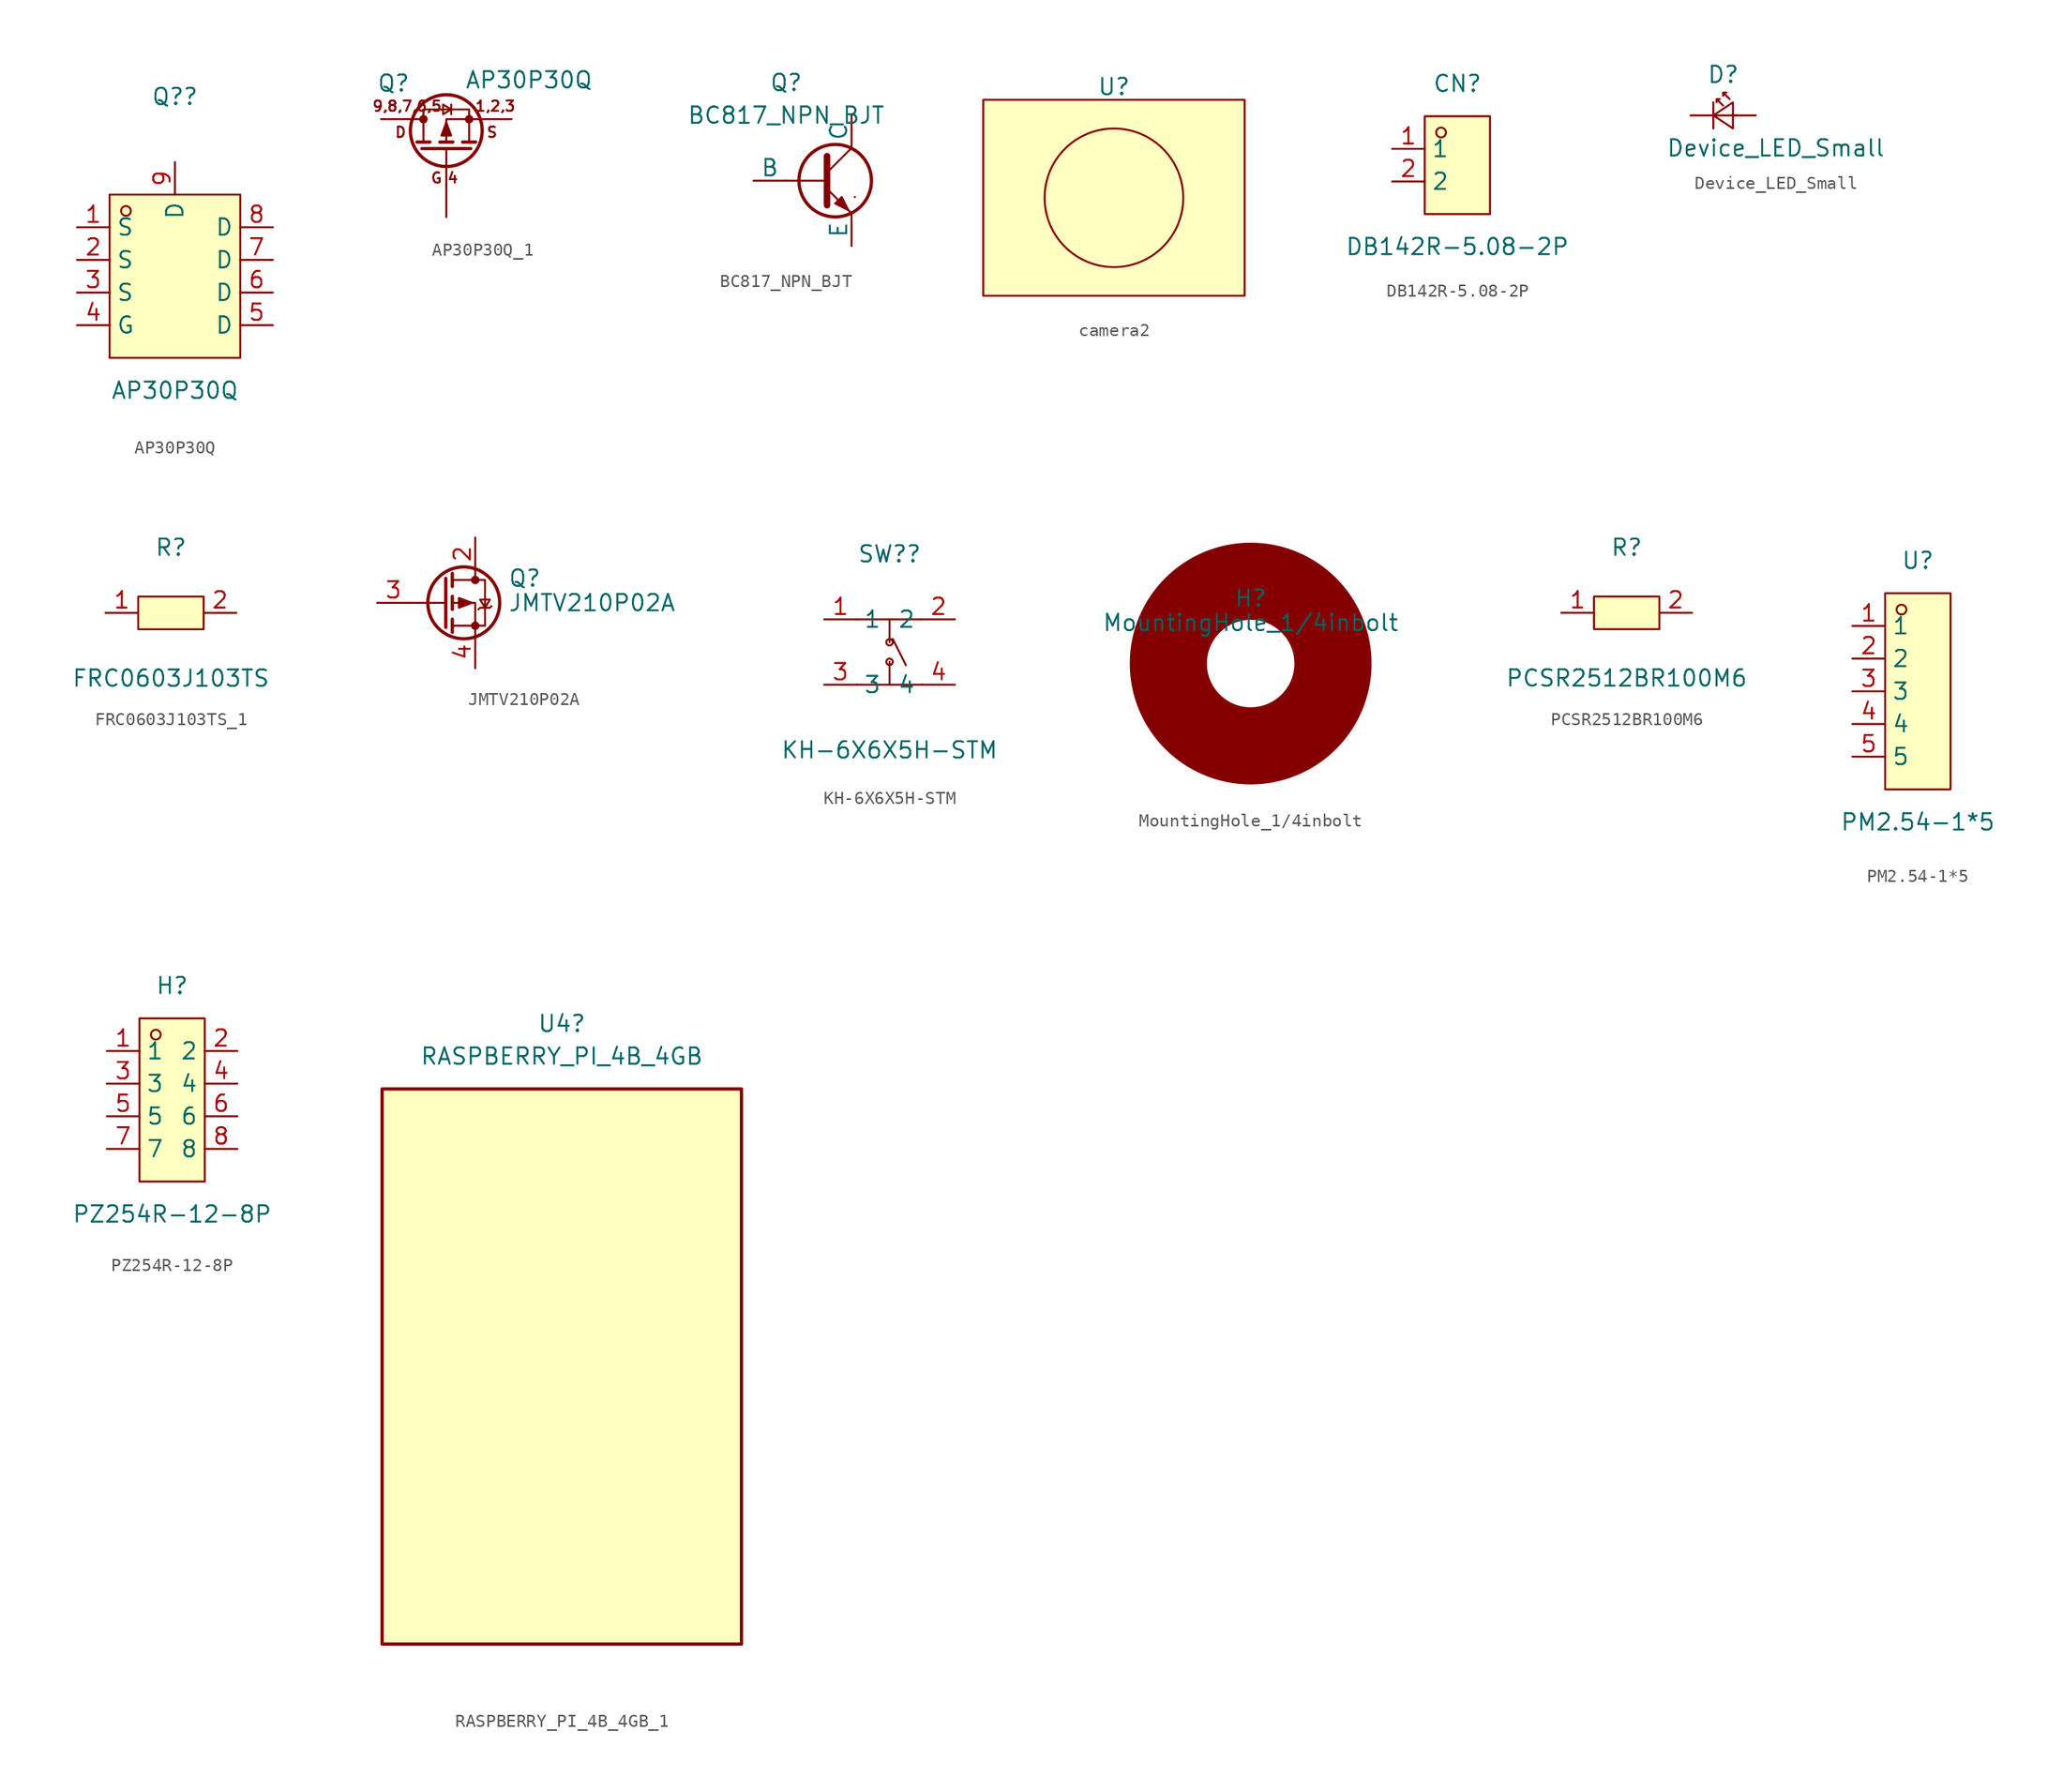
<source format=kicad_sym>
(kicad_symbol_lib
  (version 20241209)
  (generator "kicad_symbol_editor")
  (generator_version "9.0")
  (symbol "AP30P30Q"
    (property "Reference" "Q?"
      (at 0 13.97 0)
      (effects (font (size 1.27 1.27))))
    (property "Value" "AP30P30Q"
      (at 0 -8.89 0)
      (effects (font (size 1.27 1.27))))
    (symbol "AP30P30Q_0_1"
      (rectangle (start -5.08 6.35) (end 5.08 -6.35) (stroke (width 0) (type default)) (fill (type background)))
      (circle (center -3.81 5.08) (radius 0.38) (stroke (width 0) (type default)) (fill (type none)))
      (pin unspecified line (at -7.62 3.81 0) (length 2.54) (name "S" (effects (font (size 1.27 1.27)))) (number "1" (effects (font (size 1.27 1.27)))))
      (pin unspecified line (at -7.62 1.27 0) (length 2.54) (name "S" (effects (font (size 1.27 1.27)))) (number "2" (effects (font (size 1.27 1.27)))))
      (pin unspecified line (at -7.62 -1.27 0) (length 2.54) (name "S" (effects (font (size 1.27 1.27)))) (number "3" (effects (font (size 1.27 1.27)))))
      (pin unspecified line (at -7.62 -3.81 0) (length 2.54) (name "G" (effects (font (size 1.27 1.27)))) (number "4" (effects (font (size 1.27 1.27)))))
      (pin unspecified line (at 0 8.89 270) (length 2.54) (name "D" (effects (font (size 1.27 1.27)))) (number "9" (effects (font (size 1.27 1.27)))))
      (pin unspecified line (at 7.62 3.81 180) (length 2.54) (name "D" (effects (font (size 1.27 1.27)))) (number "8" (effects (font (size 1.27 1.27)))))
      (pin unspecified line (at 7.62 1.27 180) (length 2.54) (name "D" (effects (font (size 1.27 1.27)))) (number "7" (effects (font (size 1.27 1.27)))))
      (pin unspecified line (at 7.62 -1.27 180) (length 2.54) (name "D" (effects (font (size 1.27 1.27)))) (number "6" (effects (font (size 1.27 1.27)))))
      (pin unspecified line (at 7.62 -3.81 180) (length 2.54) (name "D" (effects (font (size 1.27 1.27)))) (number "5" (effects (font (size 1.27 1.27)))))))
  (symbol "AP30P30Q_1"
    (pin_numbers
      (hide yes))
    (pin_names
      (offset 0)
      (hide yes))
    (property "Reference" "Q"
      (at -2.794 2.794 0)
      (effects (font (size 1.27 1.27)) (justify right)))
    (property "Value" "AP30P30Q"
      (at 11.43 3.048 0)
      (effects (font (size 1.27 1.27)) (justify right)))
    (symbol "AP30P30Q_1_0_1"
      (polyline (pts (xy -2.54 0) (xy -1.778 0)) (stroke (width 0) (type default)) (fill (type none)))
      (polyline (pts (xy -2.286 -1.778) (xy -1.27 -1.778)) (stroke (width 0.254) (type default)) (fill (type none)))
      (polyline (pts (xy -1.905 -2.286) (xy 1.905 -2.286)) (stroke (width 0.254) (type default)) (fill (type none)))
      (circle (center -1.778 0) (radius 0.254) (stroke (width 0) (type default)) (fill (type outline)))
      (polyline (pts (xy -1.778 -1.778) (xy -1.778 0.762) (xy 1.778 0.762) (xy 1.778 -1.778)) (stroke (width 0) (type default)) (fill (type none)))
      (polyline (pts (xy -0.508 -1.778) (xy 0.508 -1.778)) (stroke (width 0.254) (type default)) (fill (type none)))
      (polyline (pts (xy 0 -0.254) (xy -0.381 -1.27) (xy 0.381 -1.27) (xy 0 -0.254)) (stroke (width 0) (type default)) (fill (type outline)))
      (circle (center 0 -0.889) (radius 2.794) (stroke (width 0.254) (type default)) (fill (type none)))
      (polyline (pts (xy 0 -2.286) (xy 0 -5.08)) (stroke (width 0) (type default)) (fill (type none)))
      (polyline (pts (xy 0.381 0.762) (xy -0.254 0.381) (xy -0.254 1.143) (xy 0.381 0.762)) (stroke (width 0) (type default)) (fill (type none)))
      (polyline (pts (xy 0.381 0.381) (xy 0.381 1.143)) (stroke (width 0) (type default)) (fill (type none)))
      (polyline (pts (xy 1.27 -1.778) (xy 2.286 -1.778)) (stroke (width 0.254) (type default)) (fill (type none)))
      (circle (center 1.778 0) (radius 0.254) (stroke (width 0) (type default)) (fill (type outline)))
      (polyline (pts (xy 2.54 0) (xy 0 0) (xy 0 -1.778)) (stroke (width 0) (type default)) (fill (type none))))
    (symbol "AP30P30Q_1_1_1"
      (text "D" (at -3.556 -1.016 0) (effects (font (size 0.8 0.8))))
      (text "9,8,7,6,5" (at -3.048 1.016 0) (effects (font (size 0.8 0.8))))
      (text "G" (at -0.762 -4.572 0) (effects (font (size 0.8 0.8))))
      (text "4" (at 0.508 -4.572 0) (effects (font (size 0.8 0.8))))
      (text "S" (at 3.556 -1.016 0) (effects (font (size 0.8 0.8))))
      (text "1,2,3" (at 3.81 1.016 0) (effects (font (size 0.8 0.8))))
      (pin passive line (at -5.08 0 0) (length 2.54) (hide yes) (name "D" (effects (font (size 1.27 1.27)))) (number "5" (effects (font (size 1.27 1.27)))))
      (pin passive line (at -5.08 0 0) (length 2.54) (hide yes) (name "D" (effects (font (size 1.27 1.27)))) (number "6" (effects (font (size 1.27 1.27)))))
      (pin passive line (at -5.08 0 0) (length 2.54) (hide yes) (name "D" (effects (font (size 1.27 1.27)))) (number "7" (effects (font (size 1.27 1.27)))))
      (pin passive line (at -5.08 0 0) (length 2.54) (name "D" (effects (font (size 1.27 1.27)))) (number "8" (effects (font (size 1.27 1.27)))))
      (pin passive line (at -5.08 0 0) (length 2.54) (hide yes) (name "D" (effects (font (size 1.27 1.27)))) (number "9" (effects (font (size 1.27 1.27)))))
      (pin input line (at 0 -7.62 90) (length 2.54) (name "G" (effects (font (size 1.27 1.27)))) (number "4" (effects (font (size 1.27 1.27)))))
      (pin passive line (at 5.08 0 180) (length 2.54) (name "S" (effects (font (size 1.27 1.27)))) (number "1" (effects (font (size 1.27 1.27)))))
      (pin passive line (at 5.08 0 180) (length 2.54) (hide yes) (name "S" (effects (font (size 1.27 1.27)))) (number "2" (effects (font (size 1.27 1.27)))))
      (pin passive line (at 5.08 0 180) (length 2.54) (hide yes) (name "S" (effects (font (size 1.27 1.27)))) (number "3" (effects (font (size 1.27 1.27)))))))
  (symbol "BC817_NPN_BJT"
    (pin_numbers
      (hide yes))
    (pin_names
      (offset 0))
    (property "Reference" "Q"
      (at -2.54 7.62 0)
      (effects (font (size 1.27 1.27))))
    (property "Value" "BC817_NPN_BJT"
      (at -2.54 5.08 0)
      (effects (font (size 1.27 1.27))))
    (symbol "BC817_NPN_BJT_0_1"
      (polyline (pts (xy -2.54 0) (xy 0.635 0)) (stroke (width 0.152) (type default)) (fill (type none)))
      (polyline (pts (xy 0.635 1.905) (xy 0.635 -1.905) (xy 0.635 -1.905)) (stroke (width 0.508) (type default)) (fill (type none)))
      (polyline (pts (xy 0.635 0.635) (xy 2.54 2.54)) (stroke (width 0) (type default)) (fill (type none)))
      (polyline (pts (xy 0.635 -0.635) (xy 2.54 -2.54) (xy 2.54 -2.54)) (stroke (width 0) (type default)) (fill (type none)))
      (circle (center 1.27 0) (radius 2.819) (stroke (width 0.254) (type default)) (fill (type none)))
      (polyline (pts (xy 1.27 -1.778) (xy 1.778 -1.27) (xy 2.286 -2.286) (xy 1.27 -1.778) (xy 1.27 -1.778)) (stroke (width 0) (type default)) (fill (type outline)))
      (polyline (pts (xy 2.794 -1.27) (xy 2.794 -1.27)) (stroke (width 0.152) (type default)) (fill (type none)))
      (polyline (pts (xy 2.794 -1.27) (xy 2.794 -1.27)) (stroke (width 0.152) (type default)) (fill (type none))))
    (symbol "BC817_NPN_BJT_1_1"
      (pin input line (at -5.08 0 0) (length 2.54) (name "B" (effects (font (size 1.27 1.27)))) (number "1" (effects (font (size 1.27 1.27)))))
      (pin open_collector line (at 2.54 5.08 270) (length 2.54) (name "C" (effects (font (size 1.27 1.27)))) (number "3" (effects (font (size 1.27 1.27)))))
      (pin open_emitter line (at 2.54 -5.08 90) (length 2.54) (name "E" (effects (font (size 1.27 1.27)))) (number "2" (effects (font (size 1.27 1.27)))))))
  (symbol "camera2"
    (property "Reference" "U"
      (at 0 8.636 0)
      (effects (font (size 1.27 1.27))))
    (property "Value" ""
      (at 0 0 0)
      (effects (font (size 1.27 1.27))))
    (symbol "camera2_0_1"
      (circle (center 0 0) (radius 5.388) (stroke (width 0) (type default)) (fill (type none))))
    (symbol "camera2_1_1"
      (rectangle (start -10.16 7.62) (end 10.16 -7.62) (stroke (width 0) (type solid)) (fill (type background)))))
  (symbol "DB142R-5.08-2P"
    (property "Reference" "CN"
      (at 0 6.35 0)
      (effects (font (size 1.27 1.27))))
    (property "Value" "DB142R-5.08-2P"
      (at 0 -6.35 0)
      (effects (font (size 1.27 1.27))))
    (symbol "DB142R-5.08-2P_0_1"
      (rectangle (start -2.54 3.81) (end 2.54 -3.81) (stroke (width 0) (type default)) (fill (type background)))
      (circle (center -1.27 2.54) (radius 0.38) (stroke (width 0) (type default)) (fill (type none)))
      (pin unspecified line (at -5.08 1.27 0) (length 2.54) (name "1" (effects (font (size 1.27 1.27)))) (number "1" (effects (font (size 1.27 1.27)))))
      (pin unspecified line (at -5.08 -1.27 0) (length 2.54) (name "2" (effects (font (size 1.27 1.27)))) (number "2" (effects (font (size 1.27 1.27)))))))
  (symbol "Device_LED_Small"
    (pin_numbers
      (hide yes))
    (pin_names
      (offset 0.254)
      (hide yes))
    (property "Reference" "D"
      (at -1.27 3.175 0)
      (effects (font (size 1.27 1.27)) (justify left)))
    (property "Value" "Device_LED_Small"
      (at -4.445 -2.54 0)
      (effects (font (size 1.27 1.27)) (justify left)))
    (symbol "Device_LED_Small_0_1"
      (polyline (pts (xy -0.762 -1.016) (xy -0.762 1.016)) (stroke (width 0) (type default)) (fill (type none)))
      (polyline (pts (xy 0 0.762) (xy -0.508 1.27) (xy -0.254 1.27) (xy -0.508 1.27) (xy -0.508 1.016)) (stroke (width 0) (type default)) (fill (type none)))
      (polyline (pts (xy 0.508 1.27) (xy 0 1.778) (xy 0.254 1.778) (xy 0 1.778) (xy 0 1.524)) (stroke (width 0) (type default)) (fill (type none)))
      (polyline (pts (xy 0.762 -1.016) (xy -0.762 0) (xy 0.762 1.016) (xy 0.762 -1.016)) (stroke (width 0) (type default)) (fill (type none)))
      (polyline (pts (xy 1.016 0) (xy -0.762 0)) (stroke (width 0) (type default)) (fill (type none))))
    (symbol "Device_LED_Small_1_1"
      (pin passive line (at -2.54 0 0) (length 1.778) (name "K" (effects (font (size 1.27 1.27)))) (number "1" (effects (font (size 1.27 1.27)))))
      (pin passive line (at 2.54 0 180) (length 1.778) (name "A" (effects (font (size 1.27 1.27)))) (number "2" (effects (font (size 1.27 1.27)))))))
  (symbol "FRC0603J103TS_1"
    (pin_names
      (hide yes))
    (property "Reference" "R"
      (at 0 5.08 0)
      (effects (font (size 1.27 1.27))))
    (property "Value" "FRC0603J103TS"
      (at 0 -5.08 0)
      (effects (font (size 1.27 1.27))))
    (symbol "FRC0603J103TS_1_0_1"
      (rectangle (start -2.54 1.27) (end 2.54 -1.27) (stroke (width 0) (type default)) (fill (type background)))
      (pin unspecified line (at -5.08 0 0) (length 2.54) (name "1" (effects (font (size 1.27 1.27)))) (number "1" (effects (font (size 1.27 1.27)))))
      (pin unspecified line (at 5.08 0 180) (length 2.54) (name "2" (effects (font (size 1.27 1.27)))) (number "2" (effects (font (size 1.27 1.27)))))))
  (symbol "JMTV210P02A"
    (pin_names
      (hide yes))
    (property "Reference" "Q"
      (at 5.08 1.905 0)
      (effects (font (size 1.27 1.27)) (justify left)))
    (property "Value" "JMTV210P02A"
      (at 5.08 0 0)
      (effects (font (size 1.27 1.27)) (justify left)))
    (symbol "JMTV210P02A_0_1"
      (polyline (pts (xy 0.254 1.905) (xy 0.254 -1.905)) (stroke (width 0.254) (type default)) (fill (type none)))
      (polyline (pts (xy 0.254 0) (xy -2.54 0)) (stroke (width 0) (type default)) (fill (type none)))
      (polyline (pts (xy 0.762 2.286) (xy 0.762 1.27)) (stroke (width 0.254) (type default)) (fill (type none)))
      (polyline (pts (xy 0.762 1.778) (xy 3.302 1.778) (xy 3.302 -1.778) (xy 0.762 -1.778)) (stroke (width 0) (type default)) (fill (type none)))
      (polyline (pts (xy 0.762 0.508) (xy 0.762 -0.508)) (stroke (width 0.254) (type default)) (fill (type none)))
      (polyline (pts (xy 0.762 -1.27) (xy 0.762 -2.286)) (stroke (width 0.254) (type default)) (fill (type none)))
      (circle (center 1.651 0) (radius 2.794) (stroke (width 0.254) (type default)) (fill (type none)))
      (polyline (pts (xy 2.286 0) (xy 1.27 0.381) (xy 1.27 -0.381) (xy 2.286 0)) (stroke (width 0) (type default)) (fill (type outline)))
      (polyline (pts (xy 2.54 2.54) (xy 2.54 1.778)) (stroke (width 0) (type default)) (fill (type none)))
      (circle (center 2.54 1.778) (radius 0.254) (stroke (width 0) (type default)) (fill (type outline)))
      (circle (center 2.54 -1.778) (radius 0.254) (stroke (width 0) (type default)) (fill (type outline)))
      (polyline (pts (xy 2.54 -2.54) (xy 2.54 0) (xy 0.762 0)) (stroke (width 0) (type default)) (fill (type none)))
      (polyline (pts (xy 2.794 -0.508) (xy 2.921 -0.381) (xy 3.683 -0.381) (xy 3.81 -0.254)) (stroke (width 0) (type default)) (fill (type none)))
      (polyline (pts (xy 3.302 -0.381) (xy 2.921 0.254) (xy 3.683 0.254) (xy 3.302 -0.381)) (stroke (width 0) (type default)) (fill (type none))))
    (symbol "JMTV210P02A_1_1"
      (pin input line (at -5.08 0 0) (length 2.54) (name "G" (effects (font (size 1.27 1.27)))) (number "3" (effects (font (size 1.27 1.27)))))
      (pin passive line (at 2.54 5.08 270) (length 2.54) (hide yes) (name "D" (effects (font (size 1.27 1.27)))) (number "1" (effects (font (size 1.27 1.27)))))
      (pin passive line (at 2.54 5.08 270) (length 2.54) (name "D" (effects (font (size 1.27 1.27)))) (number "2" (effects (font (size 1.27 1.27)))))
      (pin passive line (at 2.54 5.08 270) (length 2.54) (hide yes) (name "D" (effects (font (size 1.27 1.27)))) (number "5" (effects (font (size 1.27 1.27)))))
      (pin passive line (at 2.54 5.08 270) (length 2.54) (hide yes) (name "D" (effects (font (size 1.27 1.27)))) (number "6" (effects (font (size 1.27 1.27)))))
      (pin passive line (at 2.54 5.08 270) (length 2.54) (hide yes) (name "D" (effects (font (size 1.27 1.27)))) (number "8" (effects (font (size 1.27 1.27)))))
      (pin passive line (at 2.54 -5.08 90) (length 2.54) (name "S" (effects (font (size 1.27 1.27)))) (number "4" (effects (font (size 1.27 1.27)))))
      (pin passive line (at 2.54 -5.08 90) (length 2.54) (hide yes) (name "S" (effects (font (size 1.27 1.27)))) (number "7" (effects (font (size 1.27 1.27)))))))
  (symbol "KH-6X6X5H-STM"
    (property "Reference" "SW?"
      (at 0 7.62 0)
      (effects (font (size 1.27 1.27))))
    (property "Value" "KH-6X6X5H-STM"
      (at 0 -7.62 0)
      (effects (font (size 1.27 1.27))))
    (symbol "KH-6X6X5H-STM_0_1"
      (polyline (pts (xy -2.54 2.54) (xy 2.54 2.54)) (stroke (width 0) (type default)) (fill (type none)))
      (polyline (pts (xy -2.54 -2.54) (xy 2.54 -2.54)) (stroke (width 0) (type default)) (fill (type none)))
      (polyline (pts (xy 0 2.54) (xy 0 1.52)) (stroke (width 0) (type default)) (fill (type none)))
      (polyline (pts (xy 0 1.52) (xy 0 0.76)) (stroke (width 0) (type default)) (fill (type none)))
      (circle (center 0 0.76) (radius 0.25) (stroke (width 0) (type default)) (fill (type none)))
      (circle (center 0 -0.76) (radius 0.25) (stroke (width 0) (type default)) (fill (type none)))
      (polyline (pts (xy 0 -2.54) (xy 0 -0.76)) (stroke (width 0) (type default)) (fill (type none)))
      (polyline (pts (xy 0.25 1.02) (xy 1.27 -1.02) (xy 1.27 -1.02)) (stroke (width 0) (type default)) (fill (type none)))
      (pin unspecified line (at -5.08 2.54 0) (length 2.54) (name "1" (effects (font (size 1.27 1.27)))) (number "1" (effects (font (size 1.27 1.27)))))
      (pin unspecified line (at -5.08 -2.54 0) (length 2.54) (name "3" (effects (font (size 1.27 1.27)))) (number "3" (effects (font (size 1.27 1.27)))))
      (pin unspecified line (at 5.08 2.54 180) (length 2.54) (name "2" (effects (font (size 1.27 1.27)))) (number "2" (effects (font (size 1.27 1.27)))))
      (pin unspecified line (at 5.08 -2.54 180) (length 2.54) (name "4" (effects (font (size 1.27 1.27)))) (number "4" (effects (font (size 1.27 1.27)))))))
  (symbol "MountingHole_1/4inbolt"
    (pin_names
      (offset 1.016))
    (property "Reference" "H"
      (at 0 5.08 0)
      (effects (font (size 1.27 1.27))))
    (property "Value" "MountingHole_1/4inbolt"
      (at 0 3.175 0)
      (effects (font (size 1.27 1.27))))
    (symbol "MountingHole_1/4inbolt_0_1"
      (circle (center 0 0) (radius 6.4) (stroke (width 6) (type default)) (fill (type none)))))
  (symbol "PCSR2512BR100M6"
    (pin_names
      (hide yes))
    (property "Reference" "R"
      (at 0 5.08 0)
      (effects (font (size 1.27 1.27))))
    (property "Value" "PCSR2512BR100M6"
      (at 0 -5.08 0)
      (effects (font (size 1.27 1.27))))
    (symbol "PCSR2512BR100M6_0_1"
      (rectangle (start -2.54 1.27) (end 2.54 -1.27) (stroke (width 0) (type default)) (fill (type background)))
      (pin unspecified line (at -5.08 0 0) (length 2.54) (name "1" (effects (font (size 1.27 1.27)))) (number "1" (effects (font (size 1.27 1.27)))))
      (pin unspecified line (at 5.08 0 180) (length 2.54) (name "2" (effects (font (size 1.27 1.27)))) (number "2" (effects (font (size 1.27 1.27)))))))
  (symbol "PM2.54-1*5"
    (property "Reference" "U"
      (at 0 10.16 0)
      (effects (font (size 1.27 1.27))))
    (property "Value" "PM2.54-1*5"
      (at 0 -10.16 0)
      (effects (font (size 1.27 1.27))))
    (symbol "PM2.54-1*5_0_1"
      (rectangle (start -2.54 7.62) (end 2.54 -7.62) (stroke (width 0) (type default)) (fill (type background)))
      (circle (center -1.27 6.35) (radius 0.38) (stroke (width 0) (type default)) (fill (type none)))
      (pin unspecified line (at -5.08 5.08 0) (length 2.54) (name "1" (effects (font (size 1.27 1.27)))) (number "1" (effects (font (size 1.27 1.27)))))
      (pin unspecified line (at -5.08 2.54 0) (length 2.54) (name "2" (effects (font (size 1.27 1.27)))) (number "2" (effects (font (size 1.27 1.27)))))
      (pin unspecified line (at -5.08 0 0) (length 2.54) (name "3" (effects (font (size 1.27 1.27)))) (number "3" (effects (font (size 1.27 1.27)))))
      (pin unspecified line (at -5.08 -2.54 0) (length 2.54) (name "4" (effects (font (size 1.27 1.27)))) (number "4" (effects (font (size 1.27 1.27)))))
      (pin unspecified line (at -5.08 -5.08 0) (length 2.54) (name "5" (effects (font (size 1.27 1.27)))) (number "5" (effects (font (size 1.27 1.27)))))))
  (symbol "PZ254R-12-8P"
    (property "Reference" "H"
      (at 0 8.89 0)
      (effects (font (size 1.27 1.27))))
    (property "Value" "PZ254R-12-8P"
      (at 0 -8.89 0)
      (effects (font (size 1.27 1.27))))
    (symbol "PZ254R-12-8P_0_1"
      (rectangle (start -2.54 6.35) (end 2.54 -6.35) (stroke (width 0) (type default)) (fill (type background)))
      (circle (center -1.27 5.08) (radius 0.38) (stroke (width 0) (type default)) (fill (type none)))
      (pin unspecified line (at -5.08 3.81 0) (length 2.54) (name "1" (effects (font (size 1.27 1.27)))) (number "1" (effects (font (size 1.27 1.27)))))
      (pin unspecified line (at -5.08 1.27 0) (length 2.54) (name "3" (effects (font (size 1.27 1.27)))) (number "3" (effects (font (size 1.27 1.27)))))
      (pin unspecified line (at -5.08 -1.27 0) (length 2.54) (name "5" (effects (font (size 1.27 1.27)))) (number "5" (effects (font (size 1.27 1.27)))))
      (pin unspecified line (at -5.08 -3.81 0) (length 2.54) (name "7" (effects (font (size 1.27 1.27)))) (number "7" (effects (font (size 1.27 1.27)))))
      (pin unspecified line (at 5.08 3.81 180) (length 2.54) (name "2" (effects (font (size 1.27 1.27)))) (number "2" (effects (font (size 1.27 1.27)))))
      (pin unspecified line (at 5.08 1.27 180) (length 2.54) (name "4" (effects (font (size 1.27 1.27)))) (number "4" (effects (font (size 1.27 1.27)))))
      (pin unspecified line (at 5.08 -1.27 180) (length 2.54) (name "6" (effects (font (size 1.27 1.27)))) (number "6" (effects (font (size 1.27 1.27)))))
      (pin unspecified line (at 5.08 -3.81 180) (length 2.54) (name "8" (effects (font (size 1.27 1.27)))) (number "8" (effects (font (size 1.27 1.27)))))))
  (symbol "RASPBERRY_PI_4B_4GB_1"
    (pin_names
      (offset 1.016))
    (property "Reference" "U4"
      (at 0 38.1 0)
      (effects (font (size 1.27 1.27))))
    (property "Value" "RASPBERRY_PI_4B_4GB"
      (at 0 35.56 0)
      (effects (font (size 1.27 1.27))))
    (symbol "RASPBERRY_PI_4B_4GB_1_0_0"
      (rectangle (start -13.97 33.02) (end 13.97 -10.16) (stroke (width 0.254) (type default)) (fill (type background))))))
</source>
